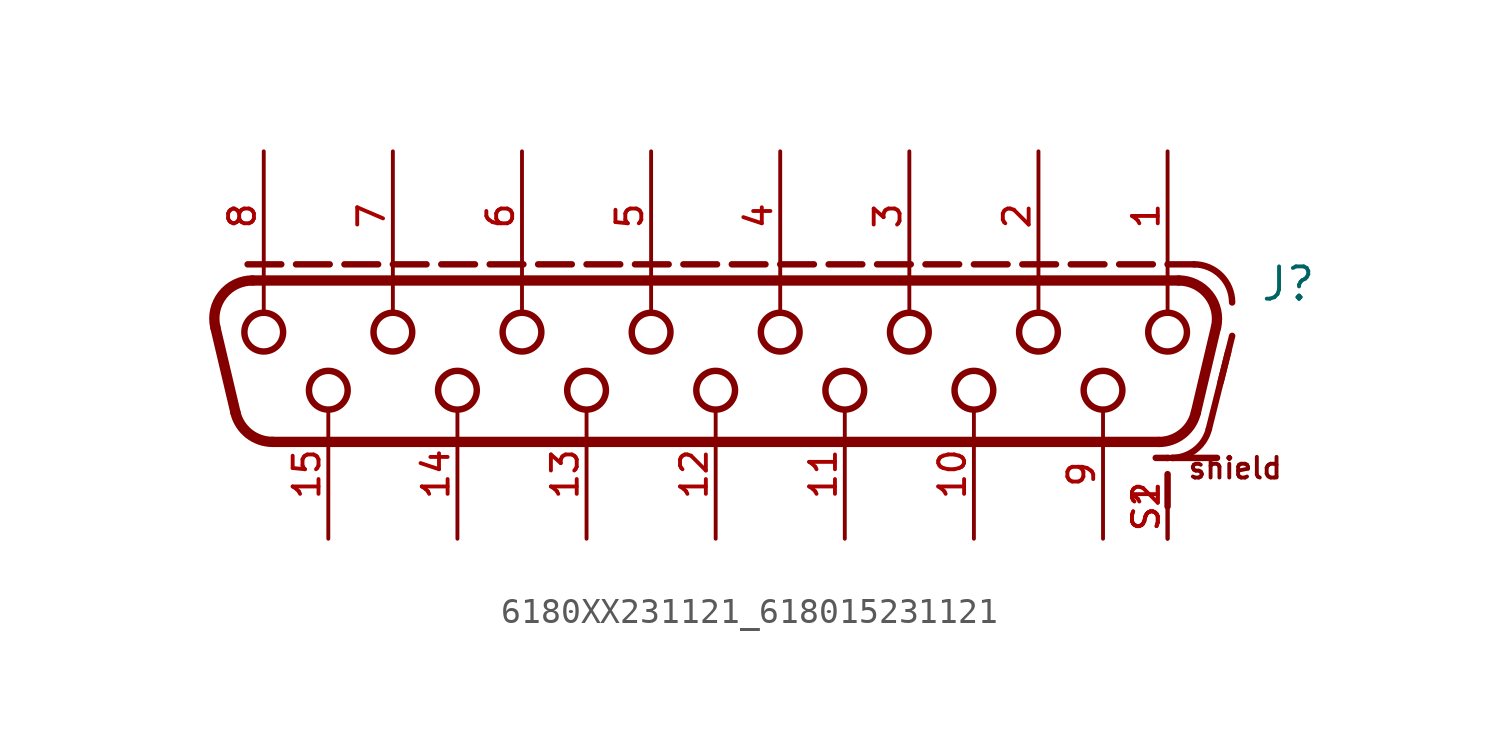
<source format=kicad_sym>
(kicad_symbol_lib
  (version 20231120)
  (generator "kicad_symbol_editor")
  (generator_version "8.0")
  (symbol "6180XX231121_618015231121"
    (pin_names
      (offset 1.016))
    (property "Reference" "J"
      (at 21.4 1.66 0)
      (effects (font (size 1.27 1.27)) (justify left bottom)))
    (symbol "6180XX231121_618015231121_0_0"
      (arc (start -18.8929 -2.6548) (mid -18.3669 -3.4839) (end -17.4331 -3.81) (stroke (width 0.4064) (type default)) (fill (type none)))
      (arc (start -18.2244 2.54) (mid -19.4006 1.9708) (end -19.6842 0.6952) (stroke (width 0.4064) (type default)) (fill (type none)))
      (circle (center -17.78 0.508) (radius 0.762) (stroke (width 0.254) (type default)) (fill (type none)))
      (circle (center -15.24 -1.778) (radius 0.762) (stroke (width 0.254) (type default)) (fill (type none)))
      (circle (center -12.7 0.508) (radius 0.762) (stroke (width 0.254) (type default)) (fill (type none)))
      (circle (center -10.16 -1.778) (radius 0.762) (stroke (width 0.254) (type default)) (fill (type none)))
      (circle (center -7.62 0.508) (radius 0.762) (stroke (width 0.254) (type default)) (fill (type none)))
      (circle (center -5.08 -1.778) (radius 0.762) (stroke (width 0.254) (type default)) (fill (type none)))
      (circle (center -2.54 0.508) (radius 0.762) (stroke (width 0.254) (type default)) (fill (type none)))
      (circle (center 0 -1.778) (radius 0.762) (stroke (width 0.254) (type default)) (fill (type none)))
      (polyline (pts (xy -18.893 -2.655) (xy -19.684 0.695)) (stroke (width 0.406) (type default)) (fill (type none)))
      (polyline (pts (xy -18.415 3.175) (xy -17.09 3.175)) (stroke (width 0.254) (type default)) (fill (type none)))
      (polyline (pts (xy -18.224 2.54) (xy 18.224 2.54)) (stroke (width 0.406) (type default)) (fill (type none)))
      (polyline (pts (xy -17.78 2.58) (xy -17.78 1.3)) (stroke (width 0.152) (type default)) (fill (type none)))
      (polyline (pts (xy -16.51 3.175) (xy -15.185 3.175)) (stroke (width 0.254) (type default)) (fill (type none)))
      (polyline (pts (xy -14.605 3.175) (xy -13.28 3.175)) (stroke (width 0.254) (type default)) (fill (type none)))
      (polyline (pts (xy -12.7 2.58) (xy -12.7 1.3)) (stroke (width 0.152) (type default)) (fill (type none)))
      (polyline (pts (xy -12.7 3.175) (xy -11.375 3.175)) (stroke (width 0.254) (type default)) (fill (type none)))
      (polyline (pts (xy -10.795 3.175) (xy -9.47 3.175)) (stroke (width 0.254) (type default)) (fill (type none)))
      (polyline (pts (xy -8.89 3.175) (xy -7.565 3.175)) (stroke (width 0.254) (type default)) (fill (type none)))
      (polyline (pts (xy -7.62 2.58) (xy -7.62 1.3)) (stroke (width 0.152) (type default)) (fill (type none)))
      (polyline (pts (xy -6.985 3.175) (xy -5.66 3.175)) (stroke (width 0.254) (type default)) (fill (type none)))
      (polyline (pts (xy -5.08 3.175) (xy -3.755 3.175)) (stroke (width 0.254) (type default)) (fill (type none)))
      (polyline (pts (xy -3.175 3.175) (xy -1.85 3.175)) (stroke (width 0.254) (type default)) (fill (type none)))
      (polyline (pts (xy -2.54 2.58) (xy -2.54 1.3)) (stroke (width 0.152) (type default)) (fill (type none)))
      (polyline (pts (xy -1.27 3.175) (xy 0.055 3.175)) (stroke (width 0.254) (type default)) (fill (type none)))
      (polyline (pts (xy 0.635 3.175) (xy 1.96 3.175)) (stroke (width 0.254) (type default)) (fill (type none)))
      (polyline (pts (xy 2.54 2.58) (xy 2.54 1.3)) (stroke (width 0.152) (type default)) (fill (type none)))
      (polyline (pts (xy 2.54 3.175) (xy 3.865 3.175)) (stroke (width 0.254) (type default)) (fill (type none)))
      (polyline (pts (xy 4.445 3.175) (xy 5.77 3.175)) (stroke (width 0.254) (type default)) (fill (type none)))
      (polyline (pts (xy 6.35 3.175) (xy 7.675 3.175)) (stroke (width 0.254) (type default)) (fill (type none)))
      (polyline (pts (xy 7.62 2.58) (xy 7.62 1.3)) (stroke (width 0.152) (type default)) (fill (type none)))
      (polyline (pts (xy 8.255 3.175) (xy 9.58 3.175)) (stroke (width 0.254) (type default)) (fill (type none)))
      (polyline (pts (xy 10.16 3.175) (xy 11.485 3.175)) (stroke (width 0.254) (type default)) (fill (type none)))
      (polyline (pts (xy 12.065 3.175) (xy 13.39 3.175)) (stroke (width 0.254) (type default)) (fill (type none)))
      (polyline (pts (xy 12.7 2.58) (xy 12.7 1.3)) (stroke (width 0.152) (type default)) (fill (type none)))
      (polyline (pts (xy 13.97 3.175) (xy 15.295 3.175)) (stroke (width 0.254) (type default)) (fill (type none)))
      (polyline (pts (xy 15.875 3.175) (xy 17.2 3.175)) (stroke (width 0.254) (type default)) (fill (type none)))
      (polyline (pts (xy 17.433 -3.81) (xy -17.433 -3.81)) (stroke (width 0.406) (type default)) (fill (type none)))
      (polyline (pts (xy 17.78 -6.35) (xy 17.78 -5.08)) (stroke (width 0.254) (type default)) (fill (type none)))
      (polyline (pts (xy 17.78 -4.445) (xy 17.78 -4.445)) (stroke (width 0.254) (type default)) (fill (type none)))
      (polyline (pts (xy 17.78 2.58) (xy 17.78 1.3)) (stroke (width 0.152) (type default)) (fill (type none)))
      (polyline (pts (xy 17.78 3.175) (xy 18.82 3.175)) (stroke (width 0.254) (type default)) (fill (type none)))
      (polyline (pts (xy 17.82 -4.44) (xy 17.314 -4.44)) (stroke (width 0.254) (type default)) (fill (type none)))
      (polyline (pts (xy 19.404 -3.304) (xy 20.166 -0.256)) (stroke (width 0.254) (type default)) (fill (type none)))
      (polyline (pts (xy 19.684 0.695) (xy 18.893 -2.655)) (stroke (width 0.406) (type default)) (fill (type none)))
      (polyline (pts (xy 19.725 -4.44) (xy 17.949 -4.44)) (stroke (width 0.254) (type default)) (fill (type none)))
      (polyline (pts (xy 19.866 -1.456) (xy 20.32 0.36)) (stroke (width 0.254) (type default)) (fill (type none)))
      (circle (center 2.54 0.508) (radius 0.762) (stroke (width 0.254) (type default)) (fill (type none)))
      (circle (center 5.08 -1.778) (radius 0.762) (stroke (width 0.254) (type default)) (fill (type none)))
      (circle (center 7.62 0.508) (radius 0.762) (stroke (width 0.254) (type default)) (fill (type none)))
      (circle (center 10.16 -1.778) (radius 0.762) (stroke (width 0.254) (type default)) (fill (type none)))
      (circle (center 12.7 0.508) (radius 0.762) (stroke (width 0.254) (type default)) (fill (type none)))
      (circle (center 15.24 -1.778) (radius 0.762) (stroke (width 0.254) (type default)) (fill (type none)))
      (arc (start 17.4331 -3.81) (mid 18.3609 -3.4886) (end 18.8929 -2.6548) (stroke (width 0.4064) (type default)) (fill (type none)))
      (circle (center 17.78 0.508) (radius 0.762) (stroke (width 0.254) (type default)) (fill (type none)))
      (arc (start 17.9488 -4.44) (mid 18.8725 -4.1228) (end 19.4041 -3.3038) (stroke (width 0.254) (type default)) (fill (type none)))
      (arc (start 19.6842 0.6952) (mid 19.3983 1.9738) (end 18.2244 2.54) (stroke (width 0.4064) (type default)) (fill (type none)))
      (arc (start 20.32 1.675) (mid 19.8807 2.7357) (end 18.82 3.175) (stroke (width 0.254) (type default)) (fill (type none)))
      (text "shield" (at 18.52 -5.32 0) (effects (font (size 0.813 0.813)) (justify left bottom)))
      (pin bidirectional line (at 17.78 7.62 270) (length 5.08) (name "~" (effects (font (size 1.016 1.016)))) (number "1" (effects (font (size 1.016 1.016)))))
      (pin bidirectional line (at 10.16 -7.62 90) (length 5.08) (name "~" (effects (font (size 1.016 1.016)))) (number "10" (effects (font (size 1.016 1.016)))))
      (pin bidirectional line (at 5.08 -7.62 90) (length 5.08) (name "~" (effects (font (size 1.016 1.016)))) (number "11" (effects (font (size 1.016 1.016)))))
      (pin bidirectional line (at 0 -7.62 90) (length 5.08) (name "~" (effects (font (size 1.016 1.016)))) (number "12" (effects (font (size 1.016 1.016)))))
      (pin bidirectional line (at -5.08 -7.62 90) (length 5.08) (name "~" (effects (font (size 1.016 1.016)))) (number "13" (effects (font (size 1.016 1.016)))))
      (pin bidirectional line (at -10.16 -7.62 90) (length 5.08) (name "~" (effects (font (size 1.016 1.016)))) (number "14" (effects (font (size 1.016 1.016)))))
      (pin bidirectional line (at -15.24 -7.62 90) (length 5.08) (name "~" (effects (font (size 1.016 1.016)))) (number "15" (effects (font (size 1.016 1.016)))))
      (pin bidirectional line (at 12.7 7.62 270) (length 5.08) (name "~" (effects (font (size 1.016 1.016)))) (number "2" (effects (font (size 1.016 1.016)))))
      (pin bidirectional line (at 7.62 7.62 270) (length 5.08) (name "~" (effects (font (size 1.016 1.016)))) (number "3" (effects (font (size 1.016 1.016)))))
      (pin bidirectional line (at 2.54 7.62 270) (length 5.08) (name "~" (effects (font (size 1.016 1.016)))) (number "4" (effects (font (size 1.016 1.016)))))
      (pin bidirectional line (at -2.54 7.62 270) (length 5.08) (name "~" (effects (font (size 1.016 1.016)))) (number "5" (effects (font (size 1.016 1.016)))))
      (pin bidirectional line (at -7.62 7.62 270) (length 5.08) (name "~" (effects (font (size 1.016 1.016)))) (number "6" (effects (font (size 1.016 1.016)))))
      (pin bidirectional line (at -12.7 7.62 270) (length 5.08) (name "~" (effects (font (size 1.016 1.016)))) (number "7" (effects (font (size 1.016 1.016)))))
      (pin bidirectional line (at -17.78 7.62 270) (length 5.08) (name "~" (effects (font (size 1.016 1.016)))) (number "8" (effects (font (size 1.016 1.016)))))
      (pin bidirectional line (at 15.24 -7.62 90) (length 5.08) (name "~" (effects (font (size 1.016 1.016)))) (number "9" (effects (font (size 1.016 1.016)))))
      (pin bidirectional line (at 17.78 -7.62 90) (length 2.54) (name "~" (effects (font (size 1.016 1.016)))) (number "S1" (effects (font (size 1.016 1.016)))))
      (pin bidirectional line (at 17.78 -7.62 90) (length 2.54) (name "~" (effects (font (size 1.016 1.016)))) (number "S2" (effects (font (size 1.016 1.016))))))))
</source>
